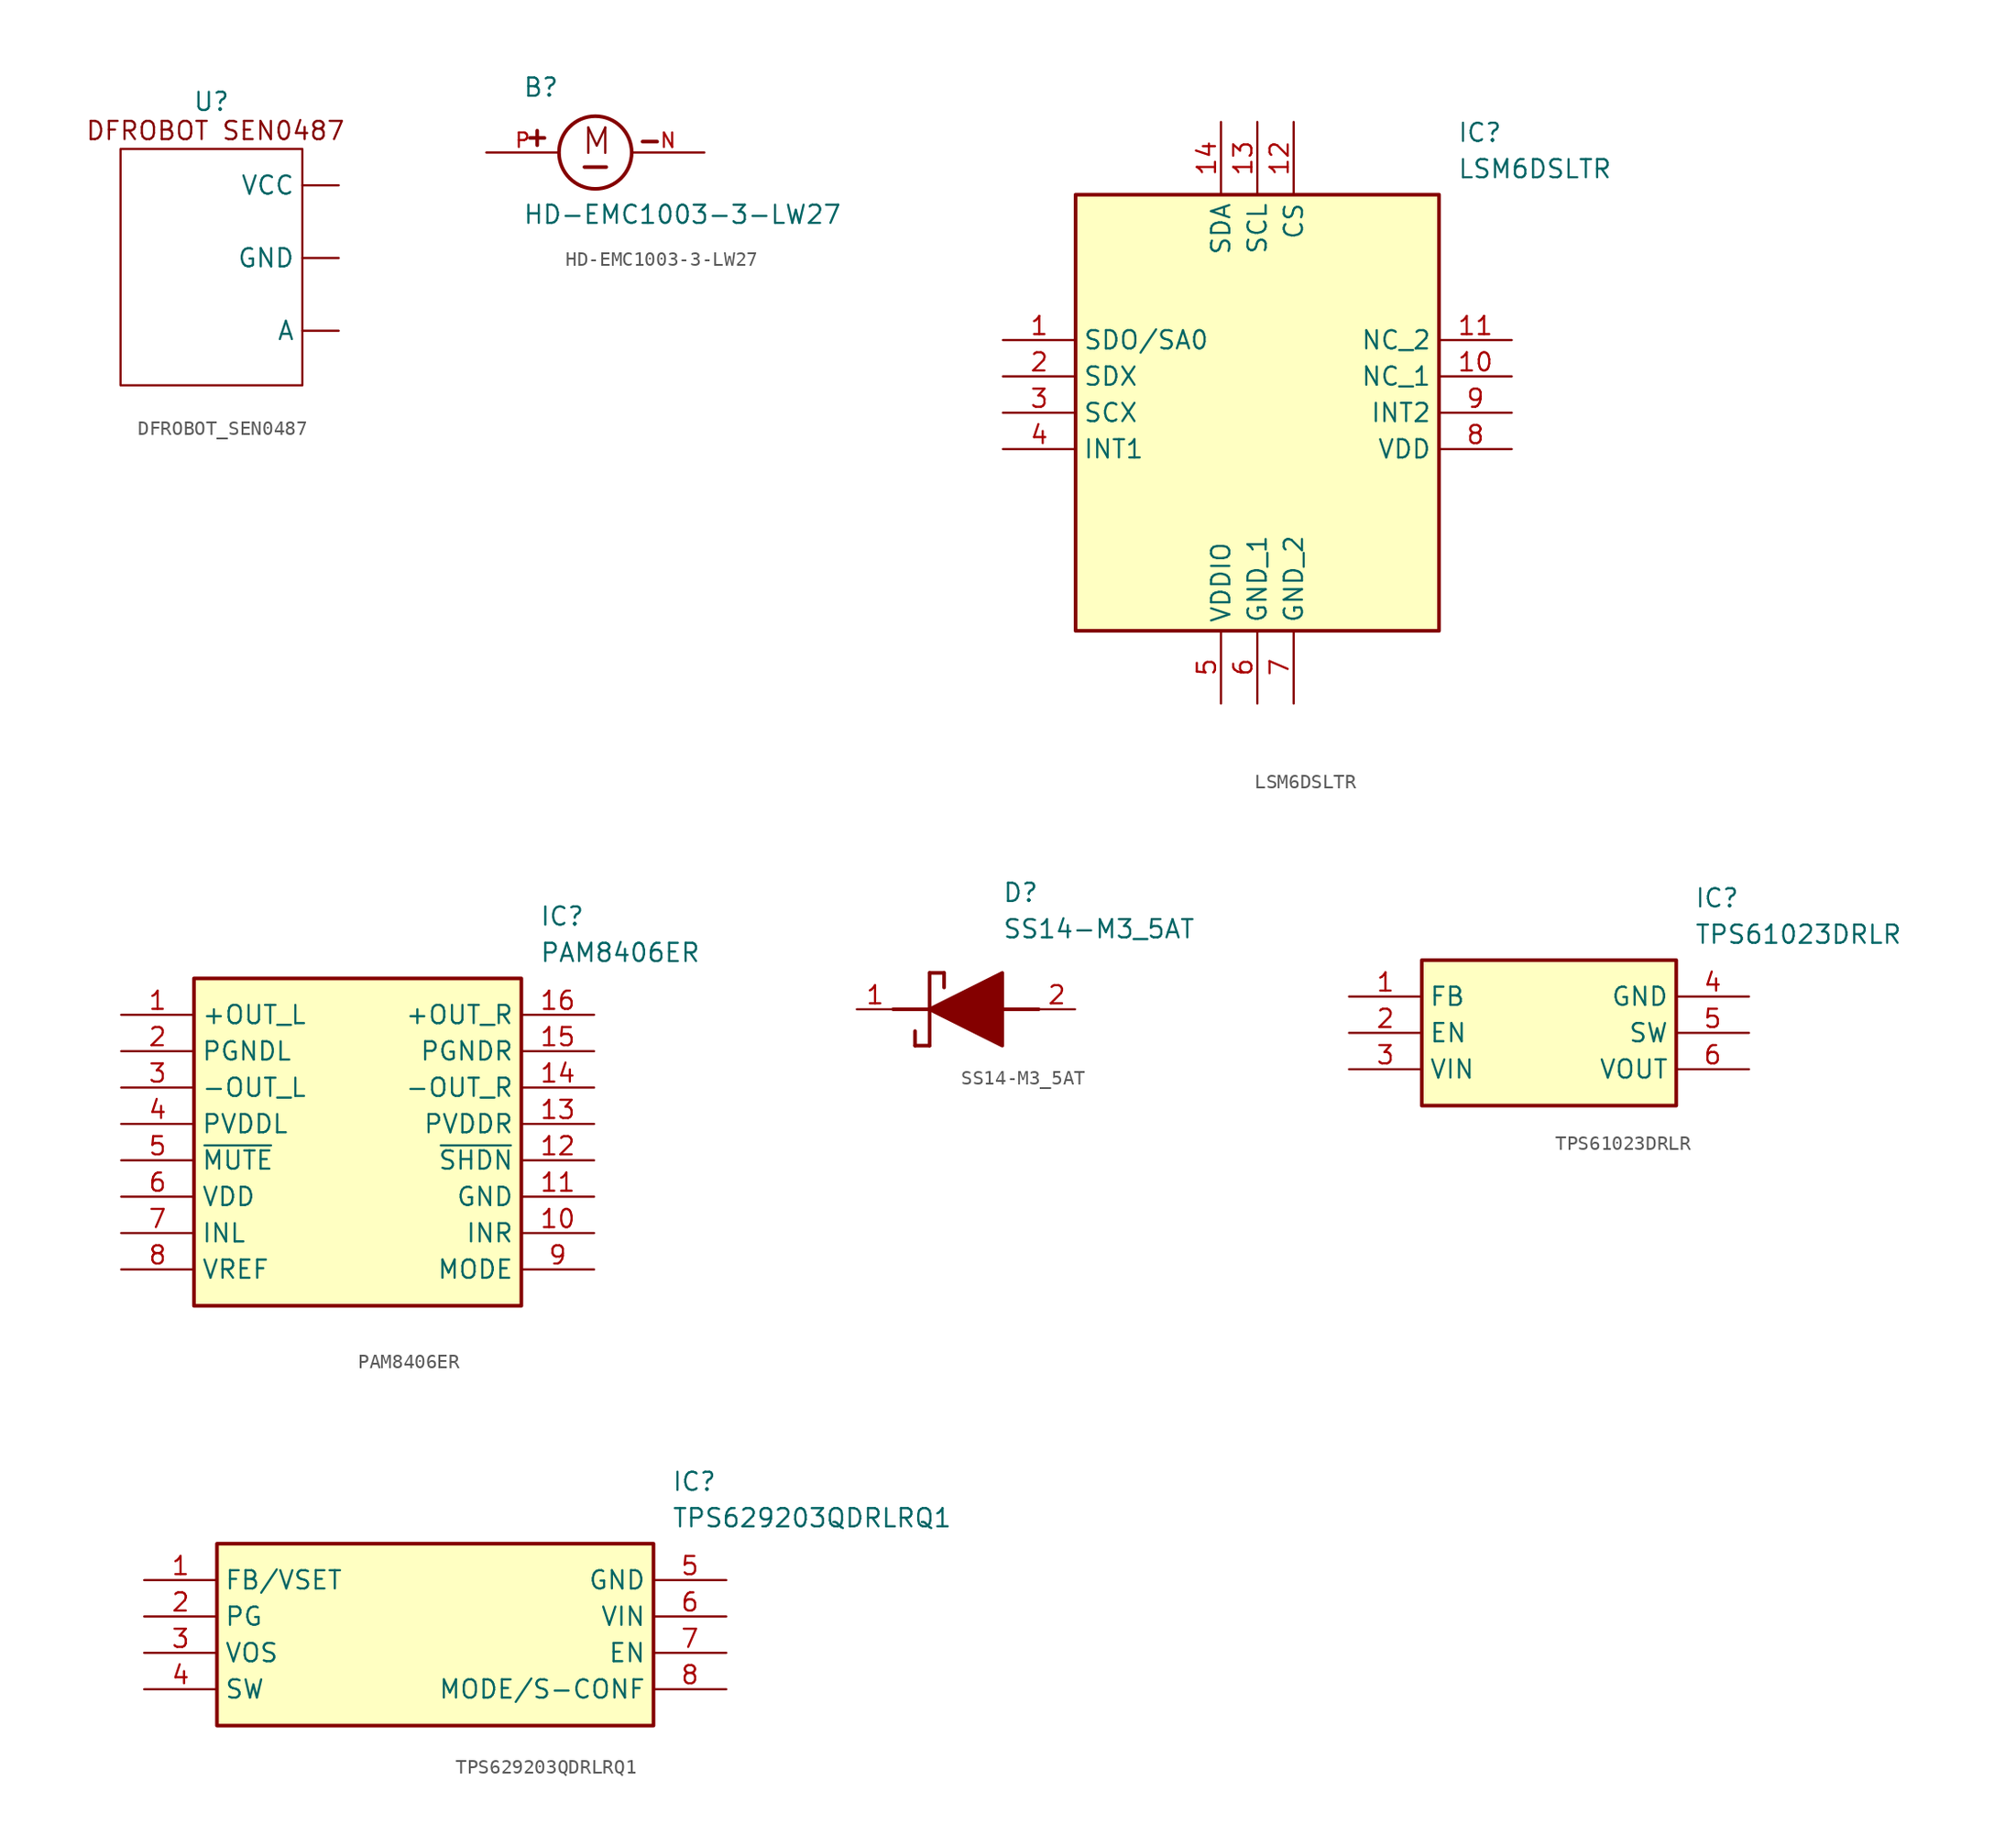
<source format=kicad_sym>
(kicad_symbol_lib
  (version 20241209)
  (generator "kicad_symbol_editor")
  (generator_version "9.0")
  (symbol "DFROBOT_SEN0487"
    (property "Reference" "U"
      (at 0 10.922 0)
      (effects (font (size 1.27 1.27))))
    (property "Value" ""
      (at 0 0 0)
      (effects (font (size 1.27 1.27))))
    (symbol "DFROBOT_SEN0487_0_1"
      (rectangle (start -6.35 7.62) (end 6.35 -8.89) (stroke (width 0) (type default)) (fill (type none))))
    (symbol "DFROBOT_SEN0487_1_1"
      (text "DFROBOT SEN0487 " (at 0.762 8.89 0) (effects (font (size 1.27 1.27))))
      (pin power_in line (at 8.89 5.08 180) (length 2.54) (name "VCC" (effects (font (size 1.27 1.27)))) (number "" (effects (font (size 1.27 1.27)))))
      (pin power_in line (at 8.89 0 180) (length 2.54) (name "GND" (effects (font (size 1.27 1.27)))) (number "" (effects (font (size 1.27 1.27)))))
      (pin power_in line (at 8.89 -5.08 180) (length 2.54) (name "A" (effects (font (size 1.27 1.27)))) (number "" (effects (font (size 1.27 1.27)))))))
  (symbol "HD-EMC1003-3-LW27"
    (pin_names
      (offset 1.016))
    (property "Reference" "B"
      (at -5.08 3.81 0)
      (effects (font (size 1.27 1.27)) (justify left bottom)))
    (property "Value" "HD-EMC1003-3-LW27"
      (at -5.08 -5.08 0)
      (effects (font (size 1.27 1.27)) (justify left bottom)))
    (symbol "HD-EMC1003-3-LW27_0_0"
      (polyline (pts (xy -4.572 1.016) (xy -3.556 1.016)) (stroke (width 0.254) (type default)) (fill (type none)))
      (polyline (pts (xy -4.064 1.524) (xy -4.064 0.508)) (stroke (width 0.254) (type default)) (fill (type none)))
      (polyline (pts (xy -0.762 -1.016) (xy 0.762 -1.016)) (stroke (width 0.254) (type default)) (fill (type none)))
      (circle (center 0 0) (radius 2.54) (stroke (width 0.254) (type default)) (fill (type none)))
      (polyline (pts (xy 3.302 0.762) (xy 4.318 0.762)) (stroke (width 0.254) (type default)) (fill (type none)))
      (text "M" (at -1.016 -0.254 0) (effects (font (size 1.778 1.778)) (justify left bottom)))
      (pin passive line (at -7.62 0 0) (length 5.08) (name "~" (effects (font (size 1.016 1.016)))) (number "P" (effects (font (size 1.016 1.016)))))
      (pin passive line (at 7.62 0 180) (length 5.08) (name "~" (effects (font (size 1.016 1.016)))) (number "N" (effects (font (size 1.016 1.016)))))))
  (symbol "LSM6DSLTR"
    (property "Reference" "IC"
      (at 31.75 15.24 0)
      (effects (font (size 1.27 1.27)) (justify left top)))
    (property "Value" "LSM6DSLTR"
      (at 31.75 12.7 0)
      (effects (font (size 1.27 1.27)) (justify left top)))
    (symbol "LSM6DSLTR_1_1"
      (rectangle (start 5.08 10.16) (end 30.48 -20.32) (stroke (width 0.254) (type default)) (fill (type background)))
      (pin passive line (at 0 0 0) (length 5.08) (name "SDO/SA0" (effects (font (size 1.27 1.27)))) (number "1" (effects (font (size 1.27 1.27)))))
      (pin passive line (at 0 -2.54 0) (length 5.08) (name "SDX" (effects (font (size 1.27 1.27)))) (number "2" (effects (font (size 1.27 1.27)))))
      (pin passive line (at 0 -5.08 0) (length 5.08) (name "SCX" (effects (font (size 1.27 1.27)))) (number "3" (effects (font (size 1.27 1.27)))))
      (pin passive line (at 0 -7.62 0) (length 5.08) (name "INT1" (effects (font (size 1.27 1.27)))) (number "4" (effects (font (size 1.27 1.27)))))
      (pin passive line (at 15.24 15.24 270) (length 5.08) (name "SDA" (effects (font (size 1.27 1.27)))) (number "14" (effects (font (size 1.27 1.27)))))
      (pin passive line (at 15.24 -25.4 90) (length 5.08) (name "VDDIO" (effects (font (size 1.27 1.27)))) (number "5" (effects (font (size 1.27 1.27)))))
      (pin passive line (at 17.78 15.24 270) (length 5.08) (name "SCL" (effects (font (size 1.27 1.27)))) (number "13" (effects (font (size 1.27 1.27)))))
      (pin passive line (at 17.78 -25.4 90) (length 5.08) (name "GND_1" (effects (font (size 1.27 1.27)))) (number "6" (effects (font (size 1.27 1.27)))))
      (pin passive line (at 20.32 15.24 270) (length 5.08) (name "CS" (effects (font (size 1.27 1.27)))) (number "12" (effects (font (size 1.27 1.27)))))
      (pin passive line (at 20.32 -25.4 90) (length 5.08) (name "GND_2" (effects (font (size 1.27 1.27)))) (number "7" (effects (font (size 1.27 1.27)))))
      (pin passive line (at 35.56 0 180) (length 5.08) (name "NC_2" (effects (font (size 1.27 1.27)))) (number "11" (effects (font (size 1.27 1.27)))))
      (pin passive line (at 35.56 -2.54 180) (length 5.08) (name "NC_1" (effects (font (size 1.27 1.27)))) (number "10" (effects (font (size 1.27 1.27)))))
      (pin passive line (at 35.56 -5.08 180) (length 5.08) (name "INT2" (effects (font (size 1.27 1.27)))) (number "9" (effects (font (size 1.27 1.27)))))
      (pin passive line (at 35.56 -7.62 180) (length 5.08) (name "VDD" (effects (font (size 1.27 1.27)))) (number "8" (effects (font (size 1.27 1.27)))))))
  (symbol "PAM8406ER"
    (property "Reference" "IC"
      (at 29.21 7.62 0)
      (effects (font (size 1.27 1.27)) (justify left top)))
    (property "Value" "PAM8406ER"
      (at 29.21 5.08 0)
      (effects (font (size 1.27 1.27)) (justify left top)))
    (symbol "PAM8406ER_1_1"
      (rectangle (start 5.08 2.54) (end 27.94 -20.32) (stroke (width 0.254) (type default)) (fill (type background)))
      (pin passive line (at 0 0 0) (length 5.08) (name "+OUT_L" (effects (font (size 1.27 1.27)))) (number "1" (effects (font (size 1.27 1.27)))))
      (pin passive line (at 0 -2.54 0) (length 5.08) (name "PGNDL" (effects (font (size 1.27 1.27)))) (number "2" (effects (font (size 1.27 1.27)))))
      (pin passive line (at 0 -5.08 0) (length 5.08) (name "-OUT_L" (effects (font (size 1.27 1.27)))) (number "3" (effects (font (size 1.27 1.27)))))
      (pin passive line (at 0 -7.62 0) (length 5.08) (name "PVDDL" (effects (font (size 1.27 1.27)))) (number "4" (effects (font (size 1.27 1.27)))))
      (pin passive line (at 0 -10.16 0) (length 5.08) (name "~{MUTE}" (effects (font (size 1.27 1.27)))) (number "5" (effects (font (size 1.27 1.27)))))
      (pin passive line (at 0 -12.7 0) (length 5.08) (name "VDD" (effects (font (size 1.27 1.27)))) (number "6" (effects (font (size 1.27 1.27)))))
      (pin passive line (at 0 -15.24 0) (length 5.08) (name "INL" (effects (font (size 1.27 1.27)))) (number "7" (effects (font (size 1.27 1.27)))))
      (pin passive line (at 0 -17.78 0) (length 5.08) (name "VREF" (effects (font (size 1.27 1.27)))) (number "8" (effects (font (size 1.27 1.27)))))
      (pin passive line (at 33.02 0 180) (length 5.08) (name "+OUT_R" (effects (font (size 1.27 1.27)))) (number "16" (effects (font (size 1.27 1.27)))))
      (pin passive line (at 33.02 -2.54 180) (length 5.08) (name "PGNDR" (effects (font (size 1.27 1.27)))) (number "15" (effects (font (size 1.27 1.27)))))
      (pin passive line (at 33.02 -5.08 180) (length 5.08) (name "-OUT_R" (effects (font (size 1.27 1.27)))) (number "14" (effects (font (size 1.27 1.27)))))
      (pin passive line (at 33.02 -7.62 180) (length 5.08) (name "PVDDR" (effects (font (size 1.27 1.27)))) (number "13" (effects (font (size 1.27 1.27)))))
      (pin passive line (at 33.02 -10.16 180) (length 5.08) (name "~{SHDN}" (effects (font (size 1.27 1.27)))) (number "12" (effects (font (size 1.27 1.27)))))
      (pin passive line (at 33.02 -12.7 180) (length 5.08) (name "GND" (effects (font (size 1.27 1.27)))) (number "11" (effects (font (size 1.27 1.27)))))
      (pin passive line (at 33.02 -15.24 180) (length 5.08) (name "INR" (effects (font (size 1.27 1.27)))) (number "10" (effects (font (size 1.27 1.27)))))
      (pin passive line (at 33.02 -17.78 180) (length 5.08) (name "MODE" (effects (font (size 1.27 1.27)))) (number "9" (effects (font (size 1.27 1.27)))))))
  (symbol "SS14-M3_5AT"
    (pin_names
      (hide yes))
    (property "Reference" "D"
      (at 12.7 8.89 0)
      (effects (font (size 1.27 1.27)) (justify left top)))
    (property "Value" "SS14-M3_5AT"
      (at 12.7 6.35 0)
      (effects (font (size 1.27 1.27)) (justify left top)))
    (symbol "SS14-M3_5AT_1_1"
      (polyline (pts (xy 5.08 0) (xy 7.62 0)) (stroke (width 0.254) (type default)) (fill (type none)))
      (polyline (pts (xy 6.604 -1.524) (xy 6.604 -2.54)) (stroke (width 0.254) (type default)) (fill (type none)))
      (polyline (pts (xy 7.62 2.54) (xy 7.62 -2.54)) (stroke (width 0.254) (type default)) (fill (type none)))
      (polyline (pts (xy 7.62 2.54) (xy 8.636 2.54)) (stroke (width 0.254) (type default)) (fill (type none)))
      (polyline (pts (xy 7.62 0) (xy 12.7 2.54) (xy 12.7 -2.54) (xy 7.62 0)) (stroke (width 0.254) (type default)) (fill (type outline)))
      (polyline (pts (xy 7.62 -2.54) (xy 6.604 -2.54)) (stroke (width 0.254) (type default)) (fill (type none)))
      (polyline (pts (xy 8.636 1.524) (xy 8.636 2.54)) (stroke (width 0.254) (type default)) (fill (type none)))
      (polyline (pts (xy 12.7 0) (xy 15.24 0)) (stroke (width 0.254) (type default)) (fill (type none)))
      (pin passive line (at 2.54 0 0) (length 2.54) (name "K" (effects (font (size 1.27 1.27)))) (number "1" (effects (font (size 1.27 1.27)))))
      (pin passive line (at 17.78 0 180) (length 2.54) (name "A" (effects (font (size 1.27 1.27)))) (number "2" (effects (font (size 1.27 1.27)))))))
  (symbol "TPS61023DRLR"
    (property "Reference" "IC"
      (at 24.13 7.62 0)
      (effects (font (size 1.27 1.27)) (justify left top)))
    (property "Value" "TPS61023DRLR"
      (at 24.13 5.08 0)
      (effects (font (size 1.27 1.27)) (justify left top)))
    (symbol "TPS61023DRLR_1_1"
      (rectangle (start 5.08 2.54) (end 22.86 -7.62) (stroke (width 0.254) (type default)) (fill (type background)))
      (pin passive line (at 0 0 0) (length 5.08) (name "FB" (effects (font (size 1.27 1.27)))) (number "1" (effects (font (size 1.27 1.27)))))
      (pin passive line (at 0 -2.54 0) (length 5.08) (name "EN" (effects (font (size 1.27 1.27)))) (number "2" (effects (font (size 1.27 1.27)))))
      (pin passive line (at 0 -5.08 0) (length 5.08) (name "VIN" (effects (font (size 1.27 1.27)))) (number "3" (effects (font (size 1.27 1.27)))))
      (pin passive line (at 27.94 0 180) (length 5.08) (name "GND" (effects (font (size 1.27 1.27)))) (number "4" (effects (font (size 1.27 1.27)))))
      (pin passive line (at 27.94 -2.54 180) (length 5.08) (name "SW" (effects (font (size 1.27 1.27)))) (number "5" (effects (font (size 1.27 1.27)))))
      (pin passive line (at 27.94 -5.08 180) (length 5.08) (name "VOUT" (effects (font (size 1.27 1.27)))) (number "6" (effects (font (size 1.27 1.27)))))))
  (symbol "TPS629203QDRLRQ1"
    (property "Reference" "IC"
      (at 36.83 7.62 0)
      (effects (font (size 1.27 1.27)) (justify left top)))
    (property "Value" "TPS629203QDRLRQ1"
      (at 36.83 5.08 0)
      (effects (font (size 1.27 1.27)) (justify left top)))
    (symbol "TPS629203QDRLRQ1_1_1"
      (rectangle (start 5.08 2.54) (end 35.56 -10.16) (stroke (width 0.254) (type default)) (fill (type background)))
      (pin passive line (at 0 0 0) (length 5.08) (name "FB/VSET" (effects (font (size 1.27 1.27)))) (number "1" (effects (font (size 1.27 1.27)))))
      (pin passive line (at 0 -2.54 0) (length 5.08) (name "PG" (effects (font (size 1.27 1.27)))) (number "2" (effects (font (size 1.27 1.27)))))
      (pin passive line (at 0 -5.08 0) (length 5.08) (name "VOS" (effects (font (size 1.27 1.27)))) (number "3" (effects (font (size 1.27 1.27)))))
      (pin passive line (at 0 -7.62 0) (length 5.08) (name "SW" (effects (font (size 1.27 1.27)))) (number "4" (effects (font (size 1.27 1.27)))))
      (pin passive line (at 40.64 0 180) (length 5.08) (name "GND" (effects (font (size 1.27 1.27)))) (number "5" (effects (font (size 1.27 1.27)))))
      (pin passive line (at 40.64 -2.54 180) (length 5.08) (name "VIN" (effects (font (size 1.27 1.27)))) (number "6" (effects (font (size 1.27 1.27)))))
      (pin passive line (at 40.64 -5.08 180) (length 5.08) (name "EN" (effects (font (size 1.27 1.27)))) (number "7" (effects (font (size 1.27 1.27)))))
      (pin passive line (at 40.64 -7.62 180) (length 5.08) (name "MODE/S-CONF" (effects (font (size 1.27 1.27)))) (number "8" (effects (font (size 1.27 1.27))))))))
</source>
